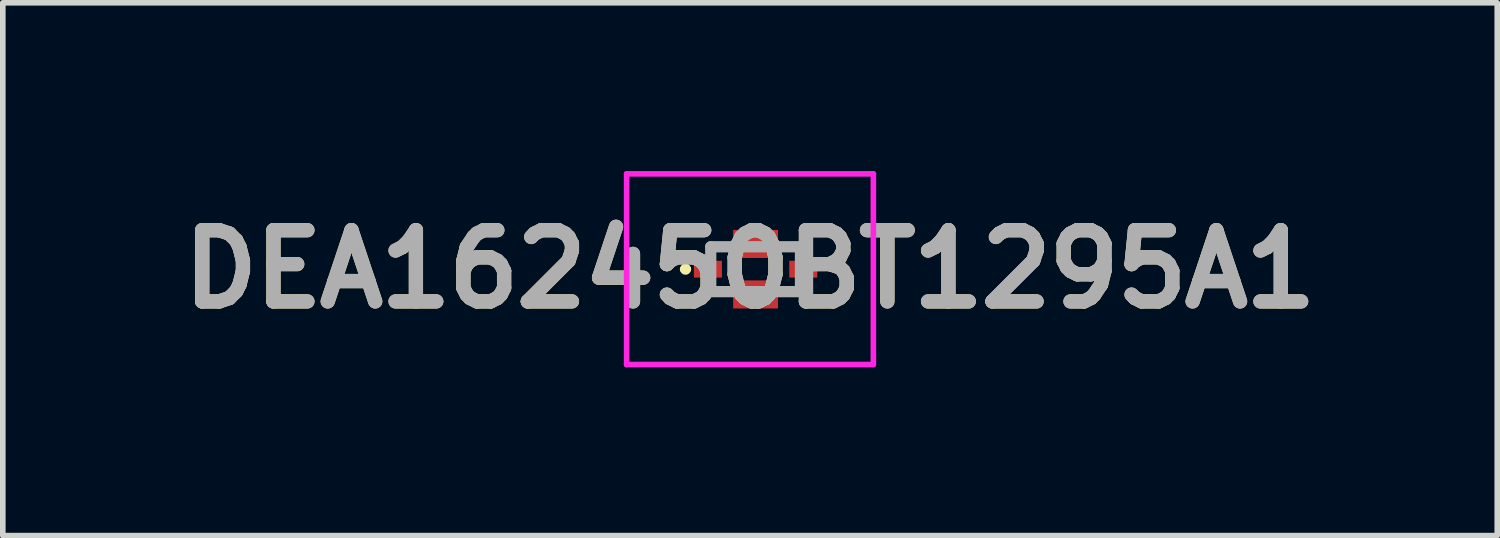
<source format=kicad_pcb>
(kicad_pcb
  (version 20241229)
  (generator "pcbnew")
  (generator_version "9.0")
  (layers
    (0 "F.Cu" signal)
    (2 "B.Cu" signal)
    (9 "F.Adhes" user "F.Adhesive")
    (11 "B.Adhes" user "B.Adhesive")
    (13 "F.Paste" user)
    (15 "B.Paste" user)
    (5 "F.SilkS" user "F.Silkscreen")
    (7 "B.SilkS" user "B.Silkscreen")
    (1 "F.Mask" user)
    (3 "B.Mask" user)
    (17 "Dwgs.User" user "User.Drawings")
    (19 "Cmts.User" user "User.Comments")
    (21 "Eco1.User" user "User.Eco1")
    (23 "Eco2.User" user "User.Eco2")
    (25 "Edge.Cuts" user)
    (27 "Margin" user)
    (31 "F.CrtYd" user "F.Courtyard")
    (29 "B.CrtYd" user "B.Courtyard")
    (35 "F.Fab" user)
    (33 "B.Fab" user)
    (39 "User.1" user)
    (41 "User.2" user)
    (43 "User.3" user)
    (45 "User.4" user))
  (footprint "DEA162450BT1295A1"
    (layer "F.Cu")
    (at 10.423 1.75)
    (property "Reference" "DEA162450BT1295A1" (at -0.1 0 0) (layer "F.SilkS") (effects (font (size 1.27 1.27) (thickness 0.254))))
    (attr smd)
    (fp_line (start -1.3 0) (end -1.3 0) (stroke (width 0.1) (type solid)) (layer "F.SilkS"))
    (fp_line (start -1.2 0) (end -1.2 0) (stroke (width 0.1) (type solid)) (layer "F.SilkS"))
    (fp_arc (start -1.3 0) (mid -1.25 -0.05) (end -1.2 0) (stroke (width 0.1) (type solid)) (layer "F.SilkS"))
    (fp_arc (start -1.2 0) (mid -1.25 0.05) (end -1.3 0) (stroke (width 0.1) (type solid)) (layer "F.SilkS"))
    (fp_line (start -2.3 -1.7) (end 2.1 -1.7) (stroke (width 0.1) (type solid)) (layer "F.CrtYd"))
    (fp_line (start -2.3 1.7) (end -2.3 -1.7) (stroke (width 0.1) (type solid)) (layer "F.CrtYd"))
    (fp_line (start 2.1 -1.7) (end 2.1 1.7) (stroke (width 0.1) (type solid)) (layer "F.CrtYd"))
    (fp_line (start 2.1 1.7) (end -2.3 1.7) (stroke (width 0.1) (type solid)) (layer "F.CrtYd"))
    (fp_line (start -0.8 -0.4) (end 0.8 -0.4) (stroke (width 0.2) (type solid)) (layer "F.Fab"))
    (fp_line (start -0.8 0.4) (end -0.8 -0.4) (stroke (width 0.2) (type solid)) (layer "F.Fab"))
    (fp_line (start 0.8 -0.4) (end 0.8 0.4) (stroke (width 0.2) (type solid)) (layer "F.Fab"))
    (fp_line (start 0.8 0.4) (end -0.8 0.4) (stroke (width 0.2) (type solid)) (layer "F.Fab"))
    (fp_text user "${REFERENCE}" (at -0.1 0 0) (layer "F.Fab") (effects (font (size 1.27 1.27) (thickness 0.254))))
    (pad "1" smd rect (at -0.85 0 90) (size 0.3 0.5) (layers "F.Cu" "F.Mask" "F.Paste"))
    (pad "2" smd rect (at 0 0.45 90) (size 0.5 0.8) (layers "F.Cu" "F.Mask" "F.Paste"))
    (pad "3" smd rect (at 0.85 0 90) (size 0.3 0.5) (layers "F.Cu" "F.Mask" "F.Paste"))
    (pad "4" smd rect (at 0 -0.45 90) (size 0.5 0.8) (layers "F.Cu" "F.Mask" "F.Paste")))
  (gr_rect
    (start -3 -3)
    (end 23.647 6.5)
    (stroke (width 0.1) (type default))
    (fill no)
    (layer "Edge.Cuts")))
</source>
